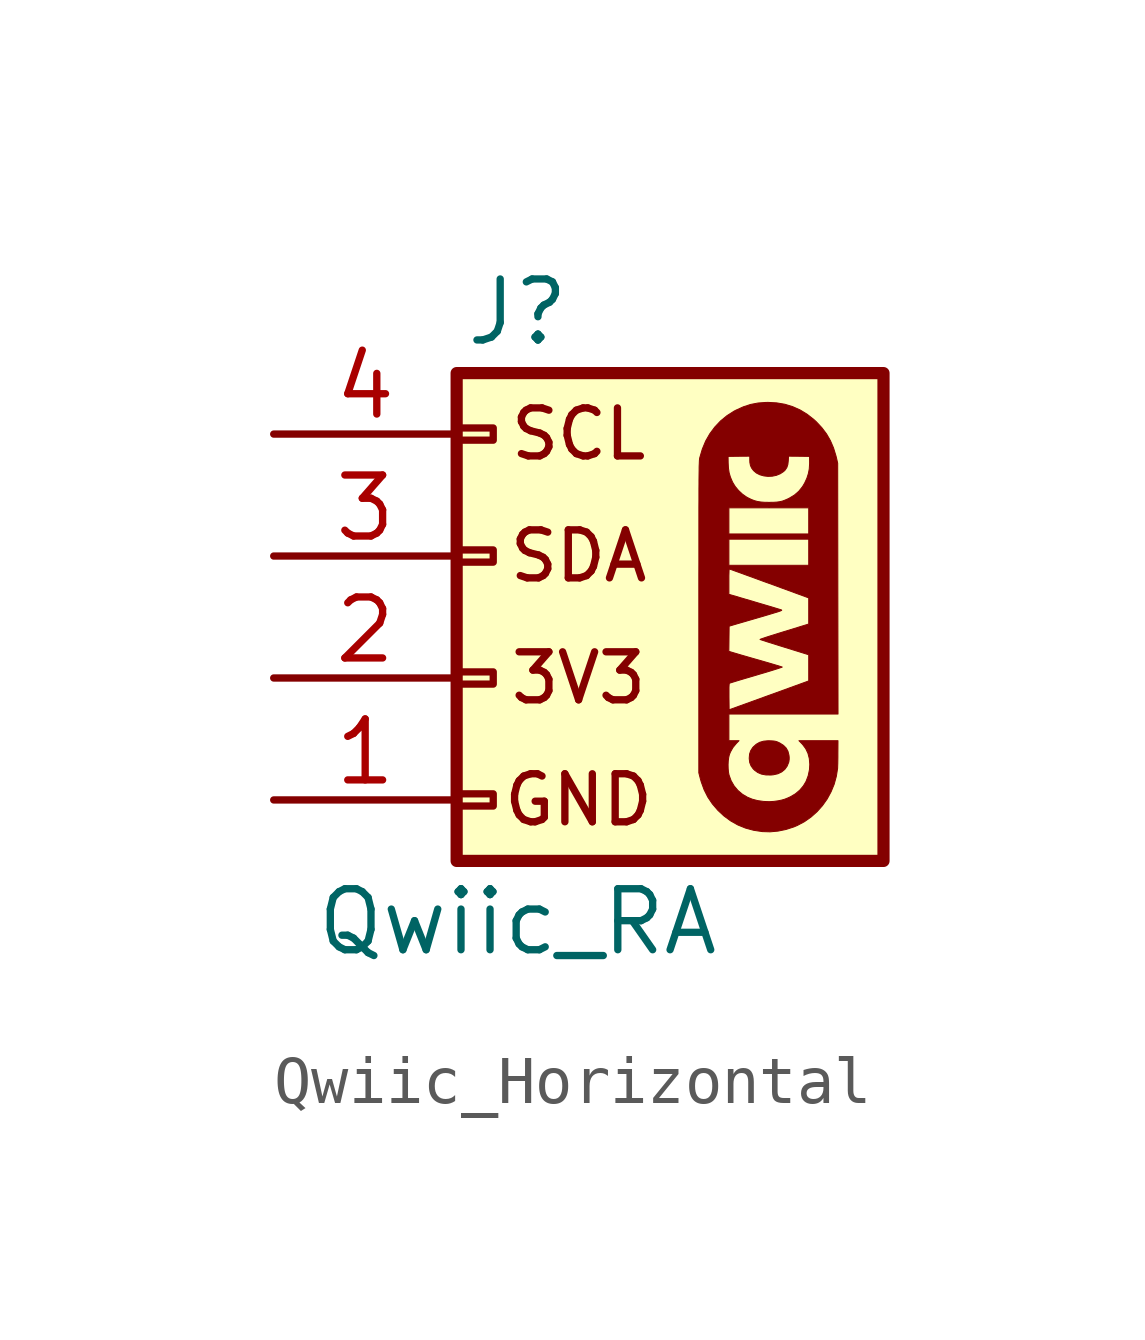
<source format=kicad_sym>
(kicad_symbol_lib
  (version 20241209)
  (generator "kicad_symbol_editor")
  (generator_version "9.0")
  (symbol "Qwiic_Horizontal"
    (pin_names
      (offset 1.016)
      (hide yes))
    (property "Reference" "J"
      (at 0 5.08 0)
      (effects (font (size 1.27 1.27))))
    (property "Value" "Qwiic_RA"
      (at 0 -7.62 0)
      (effects (font (size 1.27 1.27))))
    (symbol "Qwiic_Horizontal_0_0"
      (polyline (pts (xy 5.651 -4.146) (xy 5.63 -4.065) (xy 5.592 -3.998) (xy 5.537 -3.943) (xy 5.463 -3.896) (xy 5.439 -3.884) (xy 5.402 -3.868) (xy 5.368 -3.858) (xy 5.329 -3.852) (xy 5.277 -3.849) (xy 5.218 -3.847) (xy 5.123 -3.856) (xy 5.04 -3.88) (xy 4.97 -3.92) (xy 4.908 -3.976) (xy 4.894 -3.992) (xy 4.854 -4.055) (xy 4.831 -4.124) (xy 4.824 -4.205) (xy 4.824 -4.222) (xy 4.834 -4.301) (xy 4.861 -4.369) (xy 4.905 -4.431) (xy 4.933 -4.459) (xy 5.001 -4.509) (xy 5.079 -4.542) (xy 5.17 -4.559) (xy 5.274 -4.561) (xy 5.326 -4.556) (xy 5.42 -4.535) (xy 5.499 -4.497) (xy 5.564 -4.444) (xy 5.613 -4.376) (xy 5.647 -4.293) (xy 5.65 -4.279) (xy 5.656 -4.232) (xy 5.656 -4.188) (xy 5.651 -4.146)) (stroke (width 0.01) (type default)) (fill (type outline)))
      (polyline (pts (xy 6.669 -0.679) (xy 6.666 1.933) (xy 6.642 2.039) (xy 6.63 2.087) (xy 6.579 2.253) (xy 6.514 2.404) (xy 6.434 2.543) (xy 6.336 2.673) (xy 6.221 2.796) (xy 6.17 2.843) (xy 6.03 2.953) (xy 5.884 3.042) (xy 5.729 3.111) (xy 5.567 3.161) (xy 5.395 3.19) (xy 5.215 3.2) (xy 5.17 3.199) (xy 5.006 3.187) (xy 4.851 3.157) (xy 4.701 3.108) (xy 4.551 3.04) (xy 4.51 3.019) (xy 4.361 2.924) (xy 4.226 2.813) (xy 4.107 2.687) (xy 4.003 2.547) (xy 3.916 2.395) (xy 3.847 2.229) (xy 3.795 2.053) (xy 3.793 2.045) (xy 3.791 2.036) (xy 3.789 2.024) (xy 3.788 2.011) (xy 3.786 1.994) (xy 3.785 1.973) (xy 3.784 1.948) (xy 3.783 1.918) (xy 3.781 1.881) (xy 3.78 1.838) (xy 3.78 1.787) (xy 3.779 1.728) (xy 3.778 1.659) (xy 3.777 1.581) (xy 3.777 1.492) (xy 3.776 1.393) (xy 3.776 1.28) (xy 3.776 1.156) (xy 3.775 1.017) (xy 3.775 0.865) (xy 3.775 0.697) (xy 3.775 0.514) (xy 3.775 0.314) (xy 3.775 0.097) (xy 3.775 -0.139) (xy 3.774 -0.393) (xy 3.774 -0.666) (xy 3.774 -0.96) (xy 3.774 -1.274) (xy 3.774 -4.515) (xy 3.804 -4.632) (xy 3.824 -4.703) (xy 3.884 -4.868) (xy 3.961 -5.021) (xy 4.056 -5.162) (xy 4.17 -5.295) (xy 4.295 -5.412) (xy 4.436 -5.516) (xy 4.586 -5.601) (xy 4.746 -5.666) (xy 4.916 -5.712) (xy 5.096 -5.739) (xy 5.257 -5.744) (xy 5.423 -5.729) (xy 5.589 -5.695) (xy 5.753 -5.642) (xy 5.824 -5.612) (xy 5.973 -5.533) (xy 6.111 -5.436) (xy 6.237 -5.324) (xy 6.349 -5.198) (xy 6.447 -5.06) (xy 6.528 -4.911) (xy 6.593 -4.753) (xy 6.638 -4.588) (xy 6.665 -4.417) (xy 6.665 -4.405) (xy 6.666 -4.37) (xy 6.668 -4.32) (xy 6.669 -4.257) (xy 6.67 -4.186) (xy 6.67 -4.11) (xy 6.672 -3.846) (xy 6.266 -3.846) (xy 5.859 -3.846) (xy 5.922 -3.91) (xy 5.935 -3.924) (xy 6 -4.011) (xy 6.047 -4.11) (xy 6.075 -4.219) (xy 6.085 -4.338) (xy 6.078 -4.451) (xy 6.052 -4.575) (xy 6.007 -4.694) (xy 5.952 -4.786) (xy 5.877 -4.875) (xy 5.786 -4.952) (xy 5.683 -5.013) (xy 5.631 -5.037) (xy 5.564 -5.064) (xy 5.498 -5.083) (xy 5.425 -5.098) (xy 5.338 -5.11) (xy 5.245 -5.116) (xy 5.122 -5.111) (xy 5 -5.094) (xy 4.886 -5.064) (xy 4.786 -5.023) (xy 4.683 -4.962) (xy 4.588 -4.882) (xy 4.509 -4.788) (xy 4.447 -4.681) (xy 4.404 -4.563) (xy 4.403 -4.561) (xy 4.391 -4.499) (xy 4.385 -4.424) (xy 4.383 -4.345) (xy 4.387 -4.266) (xy 4.396 -4.196) (xy 4.409 -4.14) (xy 4.432 -4.082) (xy 4.485 -3.988) (xy 4.555 -3.903) (xy 4.611 -3.846) (xy 4.505 -3.846) (xy 4.4 -3.846) (xy 4.4 -3.569) (xy 4.4 -3.291) (xy 4.405 -3.291) (xy 4.405 -3.202) (xy 4.402 -2.93) (xy 4.402 -2.896) (xy 4.402 -2.808) (xy 4.402 -2.739) (xy 4.404 -2.691) (xy 4.407 -2.661) (xy 4.411 -2.65) (xy 4.414 -2.648) (xy 4.434 -2.642) (xy 4.472 -2.63) (xy 4.527 -2.613) (xy 4.595 -2.592) (xy 4.676 -2.568) (xy 4.767 -2.541) (xy 4.866 -2.512) (xy 4.971 -2.481) (xy 5.017 -2.467) (xy 5.119 -2.437) (xy 5.213 -2.409) (xy 5.298 -2.383) (xy 5.371 -2.36) (xy 5.431 -2.341) (xy 5.475 -2.326) (xy 5.503 -2.317) (xy 5.511 -2.312) (xy 5.505 -2.31) (xy 5.48 -2.302) (xy 5.437 -2.288) (xy 5.379 -2.271) (xy 5.309 -2.25) (xy 5.228 -2.226) (xy 5.138 -2.2) (xy 5.041 -2.172) (xy 4.985 -2.156) (xy 4.886 -2.128) (xy 4.793 -2.101) (xy 4.706 -2.076) (xy 4.63 -2.054) (xy 4.567 -2.035) (xy 4.519 -2.021) (xy 4.489 -2.012) (xy 4.399 -1.985) (xy 4.402 -1.723) (xy 4.405 -1.461) (xy 4.584 -1.408) (xy 4.616 -1.399) (xy 4.774 -1.353) (xy 4.912 -1.313) (xy 5.032 -1.278) (xy 5.135 -1.248) (xy 5.222 -1.222) (xy 5.295 -1.2) (xy 5.354 -1.182) (xy 5.402 -1.168) (xy 5.438 -1.156) (xy 5.465 -1.147) (xy 5.483 -1.139) (xy 5.495 -1.134) (xy 5.5 -1.13) (xy 5.5 -1.126) (xy 5.497 -1.124) (xy 5.492 -1.121) (xy 5.49 -1.121) (xy 5.469 -1.114) (xy 5.43 -1.102) (xy 5.374 -1.085) (xy 5.305 -1.064) (xy 5.224 -1.04) (xy 5.133 -1.013) (xy 5.034 -0.984) (xy 4.93 -0.953) (xy 4.4 -0.797) (xy 4.4 -0.533) (xy 4.4 -0.479) (xy 4.4 -0.411) (xy 4.402 -0.353) (xy 4.403 -0.308) (xy 4.405 -0.279) (xy 4.407 -0.269) (xy 4.409 -0.269) (xy 4.428 -0.276) (xy 4.466 -0.289) (xy 4.52 -0.309) (xy 4.59 -0.334) (xy 4.673 -0.364) (xy 4.768 -0.399) (xy 4.874 -0.437) (xy 4.988 -0.479) (xy 5.11 -0.524) (xy 5.238 -0.57) (xy 6.063 -0.872) (xy 6.063 -0.193) (xy 5.231 -0.193) (xy 4.4 -0.193) (xy 4.4 0.079) (xy 4.4 0.351) (xy 5.231 0.351) (xy 6.063 0.351) (xy 6.063 0.46) (xy 5.231 0.46) (xy 4.4 0.46) (xy 4.4 0.732) (xy 4.4 1.004) (xy 5.231 1.004) (xy 5.237 1.004) (xy 5.237 1.118) (xy 5.146 1.119) (xy 5.067 1.125) (xy 4.997 1.136) (xy 4.933 1.153) (xy 4.868 1.178) (xy 4.797 1.213) (xy 4.766 1.23) (xy 4.681 1.29) (xy 4.601 1.365) (xy 4.531 1.449) (xy 4.478 1.536) (xy 4.469 1.556) (xy 4.431 1.646) (xy 4.405 1.735) (xy 4.391 1.83) (xy 4.385 1.939) (xy 4.383 2.075) (xy 4.609 2.078) (xy 4.835 2.08) (xy 4.835 1.996) (xy 4.837 1.948) (xy 4.849 1.886) (xy 4.874 1.832) (xy 4.914 1.779) (xy 4.973 1.729) (xy 5.046 1.692) (xy 5.128 1.669) (xy 5.215 1.659) (xy 5.304 1.663) (xy 5.39 1.681) (xy 5.47 1.714) (xy 5.54 1.76) (xy 5.573 1.792) (xy 5.607 1.844) (xy 5.628 1.907) (xy 5.637 1.984) (xy 5.642 2.08) (xy 5.861 2.078) (xy 6.08 2.075) (xy 6.081 1.971) (xy 6.081 1.921) (xy 6.074 1.813) (xy 6.055 1.716) (xy 6.024 1.62) (xy 5.978 1.52) (xy 5.934 1.446) (xy 5.857 1.35) (xy 5.765 1.27) (xy 5.659 1.206) (xy 5.625 1.189) (xy 5.565 1.163) (xy 5.51 1.143) (xy 5.455 1.131) (xy 5.395 1.123) (xy 5.324 1.119) (xy 5.237 1.118) (xy 5.237 1.004) (xy 6.063 1.004) (xy 6.063 0.732) (xy 6.063 0.46) (xy 6.063 0.351) (xy 6.063 0.079) (xy 6.063 -0.193) (xy 6.063 -0.872) (xy 6.063 -1.144) (xy 6.063 -1.416) (xy 5.552 -1.573) (xy 5.536 -1.578) (xy 5.436 -1.609) (xy 5.344 -1.638) (xy 5.26 -1.664) (xy 5.188 -1.687) (xy 5.129 -1.707) (xy 5.085 -1.722) (xy 5.058 -1.732) (xy 5.049 -1.737) (xy 5.049 -1.737) (xy 5.062 -1.742) (xy 5.094 -1.753) (xy 5.142 -1.768) (xy 5.205 -1.789) (xy 5.28 -1.812) (xy 5.366 -1.839) (xy 5.46 -1.869) (xy 5.56 -1.9) (xy 6.063 -2.056) (xy 6.063 -2.328) (xy 6.063 -2.601) (xy 5.234 -2.902) (xy 4.405 -3.202) (xy 4.405 -3.291) (xy 5.536 -3.291) (xy 6.673 -3.291) (xy 6.669 -0.679)) (stroke (width 0.01) (type default)) (fill (type outline))))
    (symbol "Qwiic_Horizontal_1_1"
      (rectangle (start -1.27 3.81) (end 7.62 -6.35) (stroke (width 0.254) (type default)) (fill (type background)))
      (rectangle (start -1.27 2.667) (end -0.508 2.413) (stroke (width 0.152) (type default)) (fill (type none)))
      (rectangle (start -1.27 0.127) (end -0.508 -0.127) (stroke (width 0.152) (type default)) (fill (type none)))
      (rectangle (start -1.27 -2.413) (end -0.508 -2.667) (stroke (width 0.152) (type default)) (fill (type none)))
      (rectangle (start -1.27 -4.953) (end -0.508 -5.207) (stroke (width 0.152) (type default)) (fill (type none)))
      (text "SCL" (at 1.27 2.54 0) (effects (font (size 1 1))))
      (text "SDA" (at 1.27 0 0) (effects (font (size 1 1))))
      (text "3V3" (at 1.27 -2.54 0) (effects (font (size 1 1))))
      (text "GND" (at 1.27 -5.08 0) (effects (font (size 1 1))))
      (pin passive line (at -5.08 2.54 0) (length 3.81) (name "Pin_4" (effects (font (size 1.27 1.27)))) (number "4" (effects (font (size 1.27 1.27)))))
      (pin passive line (at -5.08 0 0) (length 3.81) (name "Pin_3" (effects (font (size 1.27 1.27)))) (number "3" (effects (font (size 1.27 1.27)))))
      (pin passive line (at -5.08 -2.54 0) (length 3.81) (name "Pin_2" (effects (font (size 1.27 1.27)))) (number "2" (effects (font (size 1.27 1.27)))))
      (pin passive line (at -5.08 -5.08 0) (length 3.81) (name "Pin_1" (effects (font (size 1.27 1.27)))) (number "1" (effects (font (size 1.27 1.27)))))
      (pin no_connect line (at 5.08 3.81 270) (length 2.54) (hide yes) (name "NC" (effects (font (size 1.27 1.27)))) (number "NC1" (effects (font (size 1.27 1.27)))))
      (pin no_connect line (at 6.35 3.81 270) (length 2.54) (hide yes) (name "NC" (effects (font (size 1.27 1.27)))) (number "NC2" (effects (font (size 1.27 1.27))))))))
</source>
